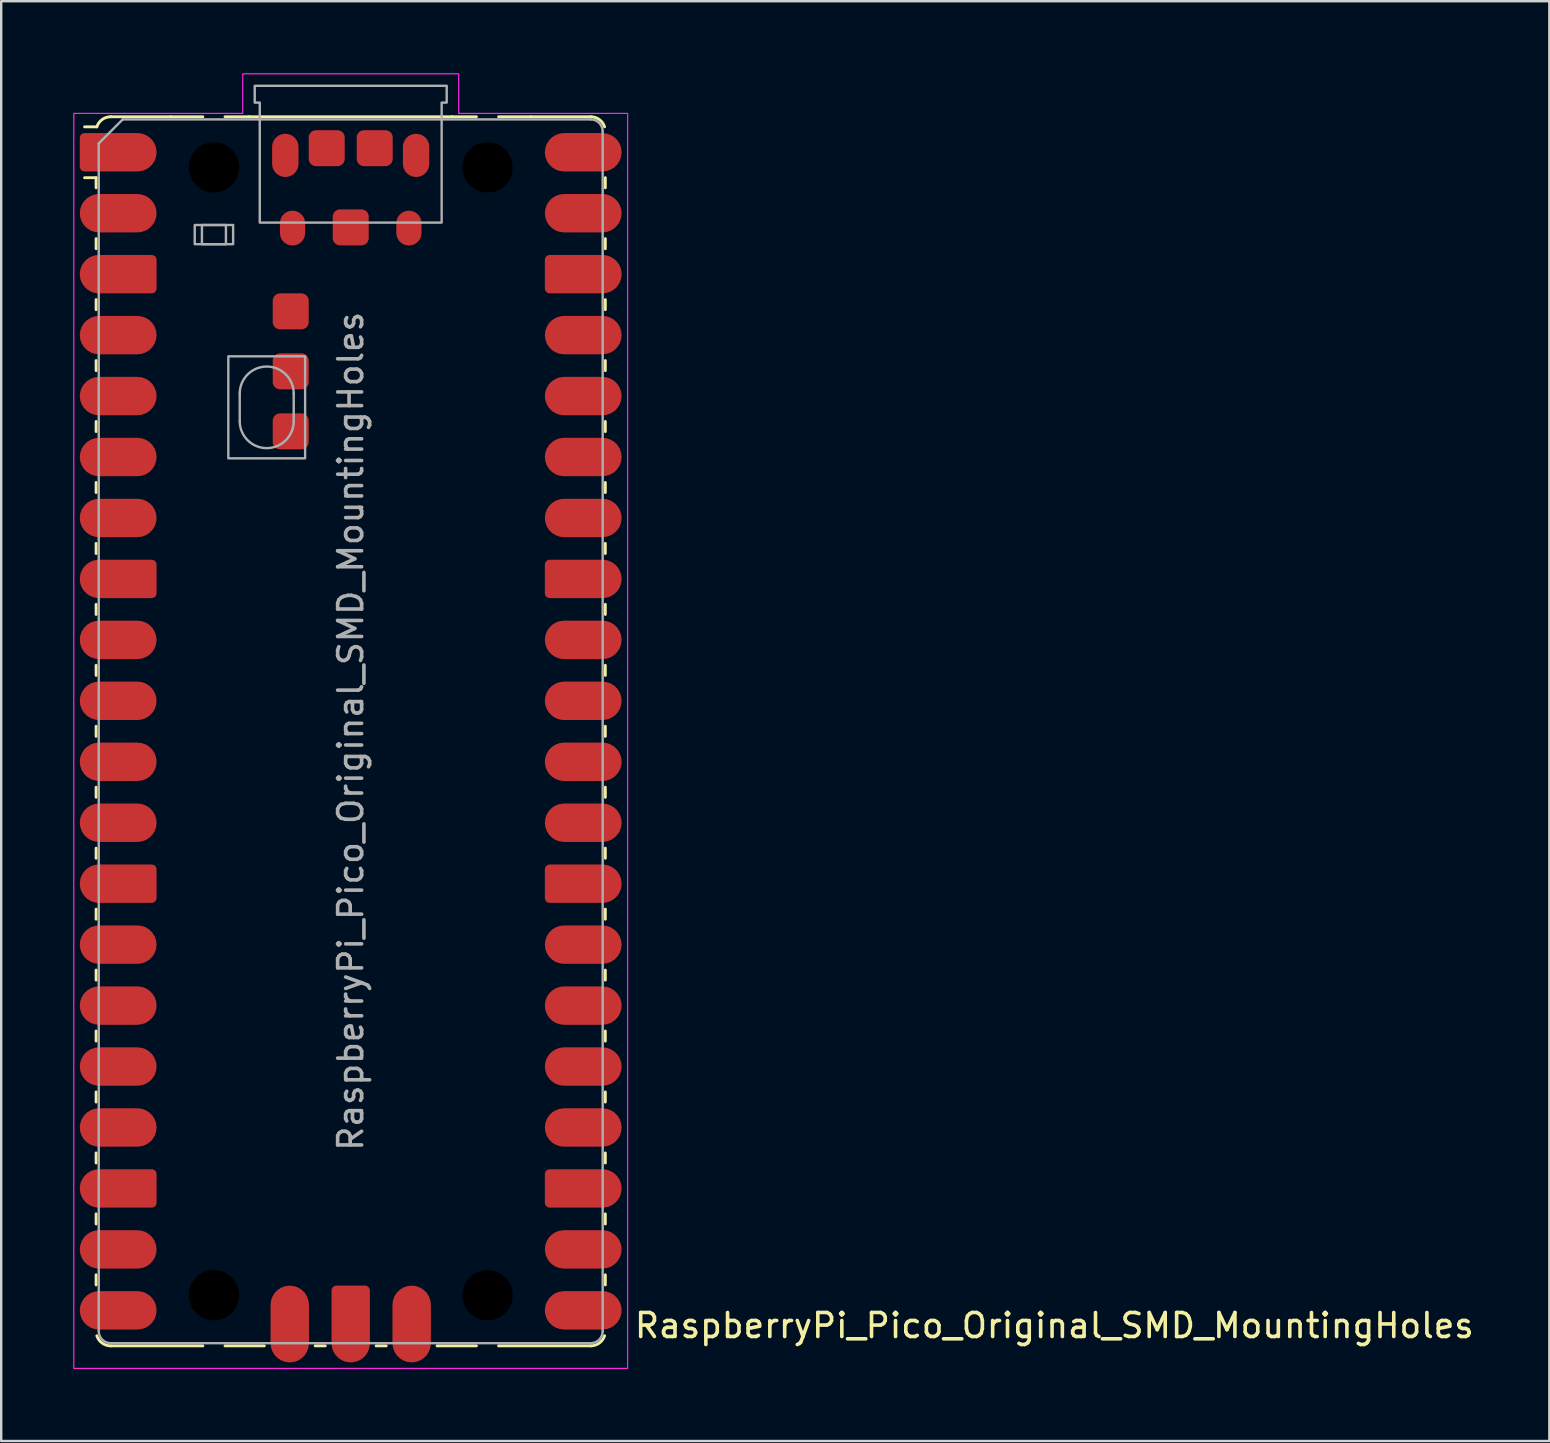
<source format=kicad_pcb>
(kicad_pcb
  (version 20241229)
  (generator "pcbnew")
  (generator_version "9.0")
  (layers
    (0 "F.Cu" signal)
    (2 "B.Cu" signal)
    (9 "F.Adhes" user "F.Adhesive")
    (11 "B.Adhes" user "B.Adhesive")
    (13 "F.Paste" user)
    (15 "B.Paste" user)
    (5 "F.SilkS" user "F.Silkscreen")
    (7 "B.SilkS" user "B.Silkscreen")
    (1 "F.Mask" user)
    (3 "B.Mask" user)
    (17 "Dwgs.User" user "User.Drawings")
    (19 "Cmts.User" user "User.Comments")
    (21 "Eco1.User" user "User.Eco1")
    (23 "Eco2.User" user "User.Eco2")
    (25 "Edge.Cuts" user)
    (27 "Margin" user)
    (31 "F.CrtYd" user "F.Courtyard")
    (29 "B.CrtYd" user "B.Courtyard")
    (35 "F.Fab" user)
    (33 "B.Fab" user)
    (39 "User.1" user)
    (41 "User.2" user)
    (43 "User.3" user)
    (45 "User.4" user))
  (footprint "RaspberryPi_Pico_Original_SMD_MountingHoles"
    (layer "F.Cu")
    (at 11.565 27.425)
    (property "Reference" "RaspberryPi_Pico_Original_SMD_MountingHoles" (at 11.748 24.765 0) (unlocked yes) (layer "F.SilkS") (effects (font (size 1 1) (thickness 0.15)) (justify left)))
    (attr smd)
    (fp_line (start -10.61 -23.07) (end -11.09 -23.07) (stroke (width 0.12) (type solid)) (layer "F.SilkS"))
    (fp_line (start -10.61 -23.07) (end -10.61 -22.65) (stroke (width 0.12) (type solid)) (layer "F.SilkS"))
    (fp_line (start -10.61 -20.53) (end -10.61 -20.11) (stroke (width 0.12) (type solid)) (layer "F.SilkS"))
    (fp_line (start -10.61 -17.99) (end -10.61 -17.57) (stroke (width 0.12) (type solid)) (layer "F.SilkS"))
    (fp_line (start -10.61 -15.45) (end -10.61 -15.03) (stroke (width 0.12) (type solid)) (layer "F.SilkS"))
    (fp_line (start -10.61 -12.91) (end -10.61 -12.49) (stroke (width 0.12) (type solid)) (layer "F.SilkS"))
    (fp_line (start -10.61 -10.37) (end -10.61 -9.95) (stroke (width 0.12) (type solid)) (layer "F.SilkS"))
    (fp_line (start -10.61 -7.83) (end -10.61 -7.41) (stroke (width 0.12) (type solid)) (layer "F.SilkS"))
    (fp_line (start -10.61 -5.29) (end -10.61 -4.87) (stroke (width 0.12) (type solid)) (layer "F.SilkS"))
    (fp_line (start -10.61 -2.75) (end -10.61 -2.33) (stroke (width 0.12) (type solid)) (layer "F.SilkS"))
    (fp_line (start -10.61 -0.21) (end -10.61 0.21) (stroke (width 0.12) (type solid)) (layer "F.SilkS"))
    (fp_line (start -10.61 2.33) (end -10.61 2.75) (stroke (width 0.12) (type solid)) (layer "F.SilkS"))
    (fp_line (start -10.61 4.87) (end -10.61 5.29) (stroke (width 0.12) (type solid)) (layer "F.SilkS"))
    (fp_line (start -10.61 7.41) (end -10.61 7.83) (stroke (width 0.12) (type solid)) (layer "F.SilkS"))
    (fp_line (start -10.61 9.95) (end -10.61 10.37) (stroke (width 0.12) (type solid)) (layer "F.SilkS"))
    (fp_line (start -10.61 12.49) (end -10.61 12.91) (stroke (width 0.12) (type solid)) (layer "F.SilkS"))
    (fp_line (start -10.61 15.03) (end -10.61 15.45) (stroke (width 0.12) (type solid)) (layer "F.SilkS"))
    (fp_line (start -10.61 17.57) (end -10.61 17.99) (stroke (width 0.12) (type solid)) (layer "F.SilkS"))
    (fp_line (start -10.61 20.11) (end -10.61 20.53) (stroke (width 0.12) (type solid)) (layer "F.SilkS"))
    (fp_line (start -10.61 22.65) (end -10.61 23.07) (stroke (width 0.12) (type solid)) (layer "F.SilkS"))
    (fp_line (start -10.58 -25.19) (end -11.09 -25.19) (stroke (width 0.12) (type solid)) (layer "F.SilkS"))
    (fp_line (start -10 -25.61) (end -7.51 -25.61) (stroke (width 0.12) (type solid)) (layer "F.SilkS"))
    (fp_line (start -10 25.61) (end -6.162 25.61) (stroke (width 0.12) (type solid)) (layer "F.SilkS"))
    (fp_line (start -7.51 -25.61) (end -6.162 -25.61) (stroke (width 0.12) (type solid)) (layer "F.SilkS"))
    (fp_line (start -5.238 -25.61) (end -4.235 -25.61) (stroke (width 0.12) (type solid)) (layer "F.SilkS"))
    (fp_line (start -4.235 -25.61) (end 4.235 -25.61) (stroke (width 0.12) (type solid)) (layer "F.SilkS"))
    (fp_line (start -3.6 25.61) (end -5.238 25.61) (stroke (width 0.12) (type solid)) (layer "F.SilkS"))
    (fp_line (start -1.48 25.61) (end -1.06 25.61) (stroke (width 0.12) (type solid)) (layer "F.SilkS"))
    (fp_line (start 1.06 25.61) (end 1.48 25.61) (stroke (width 0.12) (type solid)) (layer "F.SilkS"))
    (fp_line (start 4.235 -25.61) (end 5.238 -25.61) (stroke (width 0.12) (type solid)) (layer "F.SilkS"))
    (fp_line (start 5.238 25.61) (end 3.6 25.61) (stroke (width 0.12) (type solid)) (layer "F.SilkS"))
    (fp_line (start 6.162 -25.61) (end 7.51 -25.61) (stroke (width 0.12) (type solid)) (layer "F.SilkS"))
    (fp_line (start 6.162 25.61) (end 10 25.61) (stroke (width 0.12) (type solid)) (layer "F.SilkS"))
    (fp_line (start 10 -25.61) (end 7.51 -25.61) (stroke (width 0.12) (type solid)) (layer "F.SilkS"))
    (fp_line (start 10.61 -23.07) (end 10.61 -22.65) (stroke (width 0.12) (type solid)) (layer "F.SilkS"))
    (fp_line (start 10.61 -20.53) (end 10.61 -20.11) (stroke (width 0.12) (type solid)) (layer "F.SilkS"))
    (fp_line (start 10.61 -17.99) (end 10.61 -17.57) (stroke (width 0.12) (type solid)) (layer "F.SilkS"))
    (fp_line (start 10.61 -15.45) (end 10.61 -15.03) (stroke (width 0.12) (type solid)) (layer "F.SilkS"))
    (fp_line (start 10.61 -12.91) (end 10.61 -12.49) (stroke (width 0.12) (type solid)) (layer "F.SilkS"))
    (fp_line (start 10.61 -10.37) (end 10.61 -9.95) (stroke (width 0.12) (type solid)) (layer "F.SilkS"))
    (fp_line (start 10.61 -7.83) (end 10.61 -7.41) (stroke (width 0.12) (type solid)) (layer "F.SilkS"))
    (fp_line (start 10.61 -5.29) (end 10.61 -4.87) (stroke (width 0.12) (type solid)) (layer "F.SilkS"))
    (fp_line (start 10.61 -2.75) (end 10.61 -2.33) (stroke (width 0.12) (type solid)) (layer "F.SilkS"))
    (fp_line (start 10.61 -0.21) (end 10.61 0.21) (stroke (width 0.12) (type solid)) (layer "F.SilkS"))
    (fp_line (start 10.61 2.33) (end 10.61 2.75) (stroke (width 0.12) (type solid)) (layer "F.SilkS"))
    (fp_line (start 10.61 4.87) (end 10.61 5.29) (stroke (width 0.12) (type solid)) (layer "F.SilkS"))
    (fp_line (start 10.61 7.41) (end 10.61 7.83) (stroke (width 0.12) (type solid)) (layer "F.SilkS"))
    (fp_line (start 10.61 9.95) (end 10.61 10.37) (stroke (width 0.12) (type solid)) (layer "F.SilkS"))
    (fp_line (start 10.61 12.49) (end 10.61 12.91) (stroke (width 0.12) (type solid)) (layer "F.SilkS"))
    (fp_line (start 10.61 15.03) (end 10.61 15.45) (stroke (width 0.12) (type solid)) (layer "F.SilkS"))
    (fp_line (start 10.61 17.57) (end 10.61 17.99) (stroke (width 0.12) (type solid)) (layer "F.SilkS"))
    (fp_line (start 10.61 20.11) (end 10.61 20.53) (stroke (width 0.12) (type solid)) (layer "F.SilkS"))
    (fp_line (start 10.61 22.65) (end 10.61 23.07) (stroke (width 0.12) (type solid)) (layer "F.SilkS"))
    (fp_arc (start -10.579676 -25.19) (mid -10.357938 -25.493944) (end -10 -25.61) (stroke (width 0.12) (type solid)) (layer "F.SilkS"))
    (fp_arc (start -10 25.61) (mid -10.357937 25.493943) (end -10.579676 25.189937) (stroke (width 0.12) (type solid)) (layer "F.SilkS"))
    (fp_arc (start 10 -25.61) (mid 10.357937 -25.493944) (end 10.579676 -25.189937) (stroke (width 0.12) (type solid)) (layer "F.SilkS"))
    (fp_arc (start 10.579676 25.189937) (mid 10.357953 25.493966) (end 10 25.61) (stroke (width 0.12) (type solid)) (layer "F.SilkS"))
    (fp_poly (pts (xy -4.5 -27.4) (xy 4.5 -27.4) (xy 4.5 -25.75) (xy 11.54 -25.75) (xy 11.54 26.55) (xy -11.54 26.55) (xy -11.54 -25.75) (xy -4.5 -25.75)) (stroke (width 0.05) (type solid)) (fill no) (layer "F.CrtYd"))
    (fp_line (start -10.5 -24.5) (end -9.5 -25.5) (stroke (width 0.1) (type solid)) (layer "F.Fab"))
    (fp_line (start -10.5 25) (end -10.5 -24.5) (stroke (width 0.1) (type solid)) (layer "F.Fab"))
    (fp_line (start -9.5 -25.5) (end 10 -25.5) (stroke (width 0.1) (type solid)) (layer "F.Fab"))
    (fp_line (start -4.625 -14.075) (end -4.625 -12.925) (stroke (width 0.1) (type solid)) (layer "F.Fab"))
    (fp_line (start -2.375 -14.075) (end -2.375 -12.925) (stroke (width 0.1) (type solid)) (layer "F.Fab"))
    (fp_line (start 10 25.5) (end -10 25.5) (stroke (width 0.1) (type solid)) (layer "F.Fab"))
    (fp_line (start 10.5 -25) (end 10.5 25) (stroke (width 0.1) (type solid)) (layer "F.Fab"))
    (fp_rect (start -6.5 -21.1) (end -4.9 -20.3) (stroke (width 0.1) (type solid)) (fill no) (layer "F.Fab"))
    (fp_rect (start -6.2 -21.1) (end -5.2 -20.3) (stroke (width 0.1) (type solid)) (fill no) (layer "F.Fab"))
    (fp_rect (start -5.1 -15.625) (end -1.9 -11.375) (stroke (width 0.1) (type solid)) (fill no) (layer "F.Fab"))
    (fp_arc (start -10 25.5) (mid -10.353553 25.353553) (end -10.5 25) (stroke (width 0.1) (type solid)) (layer "F.Fab"))
    (fp_arc (start -4.625 -14.075) (mid -3.5 -15.2) (end -2.375 -14.075) (stroke (width 0.1) (type solid)) (layer "F.Fab"))
    (fp_arc (start -2.375 -12.925) (mid -3.5 -11.8) (end -4.625 -12.925) (stroke (width 0.1) (type solid)) (layer "F.Fab"))
    (fp_arc (start 10 -25.5) (mid 10.353553 -25.353553) (end 10.5 -25) (stroke (width 0.1) (type solid)) (layer "F.Fab"))
    (fp_arc (start 10.5 25) (mid 10.353553 25.353553) (end 10 25.5) (stroke (width 0.1) (type solid)) (layer "F.Fab"))
    (fp_poly (pts (xy 3.79 -21.2) (xy 3.79 -26.2) (xy 4 -26.2) (xy 4 -26.9) (xy -4 -26.9) (xy -4 -26.2) (xy -3.79 -26.2) (xy -3.79 -21.2)) (stroke (width 0.1) (type solid)) (fill no) (layer "F.Fab"))
    (fp_text user "${REFERENCE}" (at 0 0 90) (layer "F.Fab") (effects (font (size 1 1) (thickness 0.15))))
    (pad "" np_thru_hole circle (at -5.7 -23.5) (size 3.8 3.8) (drill 2.1) (layers "*.Mask"))
    (pad "" np_thru_hole circle (at -5.7 23.5) (size 3.8 3.8) (drill 2.1) (layers "*.Mask"))
    (pad "" smd oval (at -2.725 -24) (size 1.1 1.8) (layers "F.Cu" "F.Mask" "F.Paste"))
    (pad "" smd oval (at -2.425 -20.97) (size 1.05 1.45) (layers "F.Cu" "F.Mask" "F.Paste"))
    (pad "" smd oval (at 2.425 -20.97) (size 1.05 1.45) (layers "F.Cu" "F.Mask" "F.Paste"))
    (pad "" smd oval (at 2.725 -24) (size 1.1 1.8) (layers "F.Cu" "F.Mask" "F.Paste"))
    (pad "" np_thru_hole circle (at 5.7 -23.5) (size 3.8 3.8) (drill 2.1) (layers "*.Mask"))
    (pad "" np_thru_hole circle (at 5.7 23.5) (size 3.8 3.8) (drill 2.1) (layers "*.Mask"))
    (pad "1" smd custom (at -8.89 -24.13) (size 1.6 1.6) (layers "F.Cu" "F.Mask" "F.Paste") (options (anchor circle)) (primitives (gr_poly (pts (xy -2.4 0.6) (xy -2.4 -0.6) (xy -2.2 -0.8) (xy 0 -0.8) (xy 0 0.8) (xy -2.2 0.8)) (width 0) (fill yes)) (gr_circle (center -2.2 0.6) (end -2 0.6) (width 0) (fill yes)) (gr_circle (center -2.2 -0.6) (end -2 -0.6) (width 0) (fill yes))))
    (pad "2" smd roundrect (at -8.89 -21.59) (size 3.2 1.6) (drill (offset -0.8 0)) (layers "F.Cu" "F.Mask" "F.Paste") (roundrect_rratio 0.5))
    (pad "3" smd custom (at -8.89 -19.05) (size 1.6 1.6) (layers "F.Cu" "F.Mask" "F.Paste") (options (anchor circle)) (primitives (gr_poly (pts (xy 0.8 -0.6) (xy 0.8 0.6) (xy 0.6 0.8) (xy -1.6 0.8) (xy -1.6 -0.8) (xy 0.6 -0.8)) (width 0) (fill yes)) (gr_circle (center 0.6 0.6) (end 0.8 0.6) (width 0) (fill yes)) (gr_circle (center 0.6 -0.6) (end 0.8 -0.6) (width 0) (fill yes)) (gr_circle (center -1.6 0) (end -0.8 0) (width 0) (fill yes))))
    (pad "4" smd roundrect (at -8.89 -16.51) (size 3.2 1.6) (drill (offset -0.8 0)) (layers "F.Cu" "F.Mask" "F.Paste") (roundrect_rratio 0.5))
    (pad "5" smd roundrect (at -8.89 -13.97) (size 3.2 1.6) (drill (offset -0.8 0)) (layers "F.Cu" "F.Mask" "F.Paste") (roundrect_rratio 0.5))
    (pad "6" smd roundrect (at -8.89 -11.43) (size 3.2 1.6) (drill (offset -0.8 0)) (layers "F.Cu" "F.Mask" "F.Paste") (roundrect_rratio 0.5))
    (pad "7" smd roundrect (at -8.89 -8.89) (size 3.2 1.6) (drill (offset -0.8 0)) (layers "F.Cu" "F.Mask" "F.Paste") (roundrect_rratio 0.5))
    (pad "8" smd custom (at -8.89 -6.35) (size 1.6 1.6) (layers "F.Cu" "F.Mask" "F.Paste") (options (anchor circle)) (primitives (gr_poly (pts (xy 0.8 -0.6) (xy 0.8 0.6) (xy 0.6 0.8) (xy -1.6 0.8) (xy -1.6 -0.8) (xy 0.6 -0.8)) (width 0) (fill yes)) (gr_circle (center 0.6 0.6) (end 0.8 0.6) (width 0) (fill yes)) (gr_circle (center 0.6 -0.6) (end 0.8 -0.6) (width 0) (fill yes)) (gr_circle (center -1.6 0) (end -0.8 0) (width 0) (fill yes))))
    (pad "9" smd roundrect (at -8.89 -3.81) (size 3.2 1.6) (drill (offset -0.8 0)) (layers "F.Cu" "F.Mask" "F.Paste") (roundrect_rratio 0.5))
    (pad "10" smd roundrect (at -8.89 -1.27) (size 3.2 1.6) (drill (offset -0.8 0)) (layers "F.Cu" "F.Mask" "F.Paste") (roundrect_rratio 0.5))
    (pad "11" smd roundrect (at -8.89 1.27) (size 3.2 1.6) (drill (offset -0.8 0)) (layers "F.Cu" "F.Mask" "F.Paste") (roundrect_rratio 0.5))
    (pad "12" smd roundrect (at -8.89 3.81) (size 3.2 1.6) (drill (offset -0.8 0)) (layers "F.Cu" "F.Mask" "F.Paste") (roundrect_rratio 0.5))
    (pad "13" smd custom (at -8.89 6.35) (size 1.6 1.6) (layers "F.Cu" "F.Mask" "F.Paste") (options (anchor circle)) (primitives (gr_poly (pts (xy 0.8 -0.6) (xy 0.8 0.6) (xy 0.6 0.8) (xy -1.6 0.8) (xy -1.6 -0.8) (xy 0.6 -0.8)) (width 0) (fill yes)) (gr_circle (center 0.6 0.6) (end 0.8 0.6) (width 0) (fill yes)) (gr_circle (center 0.6 -0.6) (end 0.8 -0.6) (width 0) (fill yes)) (gr_circle (center -1.6 0) (end -0.8 0) (width 0) (fill yes))))
    (pad "14" smd roundrect (at -8.89 8.89) (size 3.2 1.6) (drill (offset -0.8 0)) (layers "F.Cu" "F.Mask" "F.Paste") (roundrect_rratio 0.5))
    (pad "15" smd roundrect (at -8.89 11.43) (size 3.2 1.6) (drill (offset -0.8 0)) (layers "F.Cu" "F.Mask" "F.Paste") (roundrect_rratio 0.5))
    (pad "16" smd roundrect (at -8.89 13.97) (size 3.2 1.6) (drill (offset -0.8 0)) (layers "F.Cu" "F.Mask" "F.Paste") (roundrect_rratio 0.5))
    (pad "17" smd roundrect (at -8.89 16.51) (size 3.2 1.6) (drill (offset -0.8 0)) (layers "F.Cu" "F.Mask" "F.Paste") (roundrect_rratio 0.5))
    (pad "18" smd custom (at -8.89 19.05) (size 1.6 1.6) (layers "F.Cu" "F.Mask" "F.Paste") (options (anchor circle)) (primitives (gr_poly (pts (xy 0.8 -0.6) (xy 0.8 0.6) (xy 0.6 0.8) (xy -1.6 0.8) (xy -1.6 -0.8) (xy 0.6 -0.8)) (width 0) (fill yes)) (gr_circle (center 0.6 0.6) (end 0.8 0.6) (width 0) (fill yes)) (gr_circle (center 0.6 -0.6) (end 0.8 -0.6) (width 0) (fill yes)) (gr_circle (center -1.6 0) (end -0.8 0) (width 0) (fill yes))))
    (pad "19" smd roundrect (at -8.89 21.59) (size 3.2 1.6) (drill (offset -0.8 0)) (layers "F.Cu" "F.Mask" "F.Paste") (roundrect_rratio 0.5))
    (pad "20" smd roundrect (at -8.89 24.13) (size 3.2 1.6) (drill (offset -0.8 0)) (layers "F.Cu" "F.Mask" "F.Paste") (roundrect_rratio 0.5))
    (pad "21" smd roundrect (at 8.89 24.13) (size 3.2 1.6) (drill (offset 0.8 0)) (layers "F.Cu" "F.Mask" "F.Paste") (roundrect_rratio 0.5))
    (pad "22" smd roundrect (at 8.89 21.59) (size 3.2 1.6) (drill (offset 0.8 0)) (layers "F.Cu" "F.Mask" "F.Paste") (roundrect_rratio 0.5))
    (pad "23" smd custom (at 8.89 19.05) (size 1.6 1.6) (layers "F.Cu" "F.Mask" "F.Paste") (options (anchor circle)) (primitives (gr_poly (pts (xy -0.8 -0.6) (xy -0.8 0.6) (xy -0.6 0.8) (xy 1.6 0.8) (xy 1.6 -0.8) (xy -0.6 -0.8)) (width 0) (fill yes)) (gr_circle (center -0.6 0.6) (end -0.4 0.6) (width 0) (fill yes)) (gr_circle (center -0.6 -0.6) (end -0.4 -0.6) (width 0) (fill yes)) (gr_circle (center 1.6 0) (end 2.4 0) (width 0) (fill yes))))
    (pad "24" smd roundrect (at 8.89 16.51) (size 3.2 1.6) (drill (offset 0.8 0)) (layers "F.Cu" "F.Mask" "F.Paste") (roundrect_rratio 0.5))
    (pad "25" smd roundrect (at 8.89 13.97) (size 3.2 1.6) (drill (offset 0.8 0)) (layers "F.Cu" "F.Mask" "F.Paste") (roundrect_rratio 0.5))
    (pad "26" smd roundrect (at 8.89 11.43) (size 3.2 1.6) (drill (offset 0.8 0)) (layers "F.Cu" "F.Mask" "F.Paste") (roundrect_rratio 0.5))
    (pad "27" smd roundrect (at 8.89 8.89) (size 3.2 1.6) (drill (offset 0.8 0)) (layers "F.Cu" "F.Mask" "F.Paste") (roundrect_rratio 0.5))
    (pad "28" smd custom (at 8.89 6.35) (size 1.6 1.6) (layers "F.Cu" "F.Mask" "F.Paste") (options (anchor circle)) (primitives (gr_poly (pts (xy -0.8 -0.6) (xy -0.8 0.6) (xy -0.6 0.8) (xy 1.6 0.8) (xy 1.6 -0.8) (xy -0.6 -0.8)) (width 0) (fill yes)) (gr_circle (center -0.6 0.6) (end -0.4 0.6) (width 0) (fill yes)) (gr_circle (center -0.6 -0.6) (end -0.4 -0.6) (width 0) (fill yes)) (gr_circle (center 1.6 0) (end 2.4 0) (width 0) (fill yes))))
    (pad "29" smd roundrect (at 8.89 3.81) (size 3.2 1.6) (drill (offset 0.8 0)) (layers "F.Cu" "F.Mask" "F.Paste") (roundrect_rratio 0.5))
    (pad "30" smd roundrect (at 8.89 1.27) (size 3.2 1.6) (drill (offset 0.8 0)) (layers "F.Cu" "F.Mask" "F.Paste") (roundrect_rratio 0.5))
    (pad "31" smd roundrect (at 8.89 -1.27) (size 3.2 1.6) (drill (offset 0.8 0)) (layers "F.Cu" "F.Mask" "F.Paste") (roundrect_rratio 0.5))
    (pad "32" smd roundrect (at 8.89 -3.81) (size 3.2 1.6) (drill (offset 0.8 0)) (layers "F.Cu" "F.Mask" "F.Paste") (roundrect_rratio 0.5))
    (pad "33" smd custom (at 8.89 -6.35) (size 1.6 1.6) (layers "F.Cu" "F.Mask" "F.Paste") (options (anchor circle)) (primitives (gr_poly (pts (xy -0.8 -0.6) (xy -0.8 0.6) (xy -0.6 0.8) (xy 1.6 0.8) (xy 1.6 -0.8) (xy -0.6 -0.8)) (width 0) (fill yes)) (gr_circle (center -0.6 0.6) (end -0.4 0.6) (width 0) (fill yes)) (gr_circle (center -0.6 -0.6) (end -0.4 -0.6) (width 0) (fill yes)) (gr_circle (center 1.6 0) (end 2.4 0) (width 0) (fill yes))))
    (pad "34" smd roundrect (at 8.89 -8.89) (size 3.2 1.6) (drill (offset 0.8 0)) (layers "F.Cu" "F.Mask" "F.Paste") (roundrect_rratio 0.5))
    (pad "35" smd roundrect (at 8.89 -11.43) (size 3.2 1.6) (drill (offset 0.8 0)) (layers "F.Cu" "F.Mask" "F.Paste") (roundrect_rratio 0.5))
    (pad "36" smd roundrect (at 8.89 -13.97) (size 3.2 1.6) (drill (offset 0.8 0)) (layers "F.Cu" "F.Mask" "F.Paste") (roundrect_rratio 0.5))
    (pad "37" smd roundrect (at 8.89 -16.51) (size 3.2 1.6) (drill (offset 0.8 0)) (layers "F.Cu" "F.Mask" "F.Paste") (roundrect_rratio 0.5))
    (pad "38" smd custom (at 8.89 -19.05) (size 1.6 1.6) (layers "F.Cu" "F.Mask" "F.Paste") (options (anchor circle)) (primitives (gr_poly (pts (xy -0.8 -0.6) (xy -0.8 0.6) (xy -0.6 0.8) (xy 1.6 0.8) (xy 1.6 -0.8) (xy -0.6 -0.8)) (width 0) (fill yes)) (gr_circle (center -0.6 0.6) (end -0.4 0.6) (width 0) (fill yes)) (gr_circle (center -0.6 -0.6) (end -0.4 -0.6) (width 0) (fill yes)) (gr_circle (center 1.6 0) (end 2.4 0) (width 0) (fill yes))))
    (pad "39" smd roundrect (at 8.89 -21.59) (size 3.2 1.6) (drill (offset 0.8 0)) (layers "F.Cu" "F.Mask" "F.Paste") (roundrect_rratio 0.5))
    (pad "40" smd roundrect (at 8.89 -24.13) (size 3.2 1.6) (drill (offset 0.8 0)) (layers "F.Cu" "F.Mask" "F.Paste") (roundrect_rratio 0.5))
    (pad "D1" smd roundrect (at -2.54 23.9 90) (size 3.2 1.6) (drill (offset -0.8 0)) (layers "F.Cu" "F.Mask" "F.Paste") (roundrect_rratio 0.5))
    (pad "D2" smd custom (at 0 23.9 270) (size 1.6 1.6) (layers "F.Cu" "F.Mask" "F.Paste") (options (anchor circle)) (primitives (gr_poly (pts (xy -0.8 -0.6) (xy -0.8 0.6) (xy -0.6 0.8) (xy 1.6 0.8) (xy 1.6 -0.8) (xy -0.6 -0.8)) (width 0) (fill yes)) (gr_circle (center -0.6 0.6) (end -0.4 0.6) (width 0) (fill yes)) (gr_circle (center -0.6 -0.6) (end -0.4 -0.6) (width 0) (fill yes)) (gr_circle (center 1.6 0) (end 2.4 0) (width 0) (fill yes))))
    (pad "D3" smd roundrect (at 2.54 23.9 90) (size 3.2 1.6) (drill (offset -0.8 0)) (layers "F.Cu" "F.Mask" "F.Paste") (roundrect_rratio 0.5))
    (pad "TP1" smd roundrect (at 0 -21) (size 1.5 1.5) (layers "F.Cu" "F.Mask" "F.Paste") (roundrect_rratio 0.2))
    (pad "TP2" smd roundrect (at 1 -24.3) (size 1.5 1.5) (layers "F.Cu" "F.Mask" "F.Paste") (roundrect_rratio 0.2))
    (pad "TP3" smd roundrect (at -1 -24.3) (size 1.5 1.5) (layers "F.Cu" "F.Mask" "F.Paste") (roundrect_rratio 0.2))
    (pad "TP4" smd roundrect (at -2.5 -17.5) (size 1.5 1.5) (layers "F.Cu" "F.Mask" "F.Paste") (roundrect_rratio 0.2))
    (pad "TP5" smd roundrect (at -2.5 -15) (size 1.5 1.5) (layers "F.Cu" "F.Mask" "F.Paste") (roundrect_rratio 0.2))
    (pad "TP6" smd roundrect (at -2.5 -12.5) (size 1.5 1.5) (layers "F.Cu" "F.Mask" "F.Paste") (roundrect_rratio 0.2)))
  (gr_rect
    (start -3 -3)
    (end 61.515 57)
    (stroke (width 0.1) (type default))
    (fill no)
    (layer "Edge.Cuts")))
</source>
